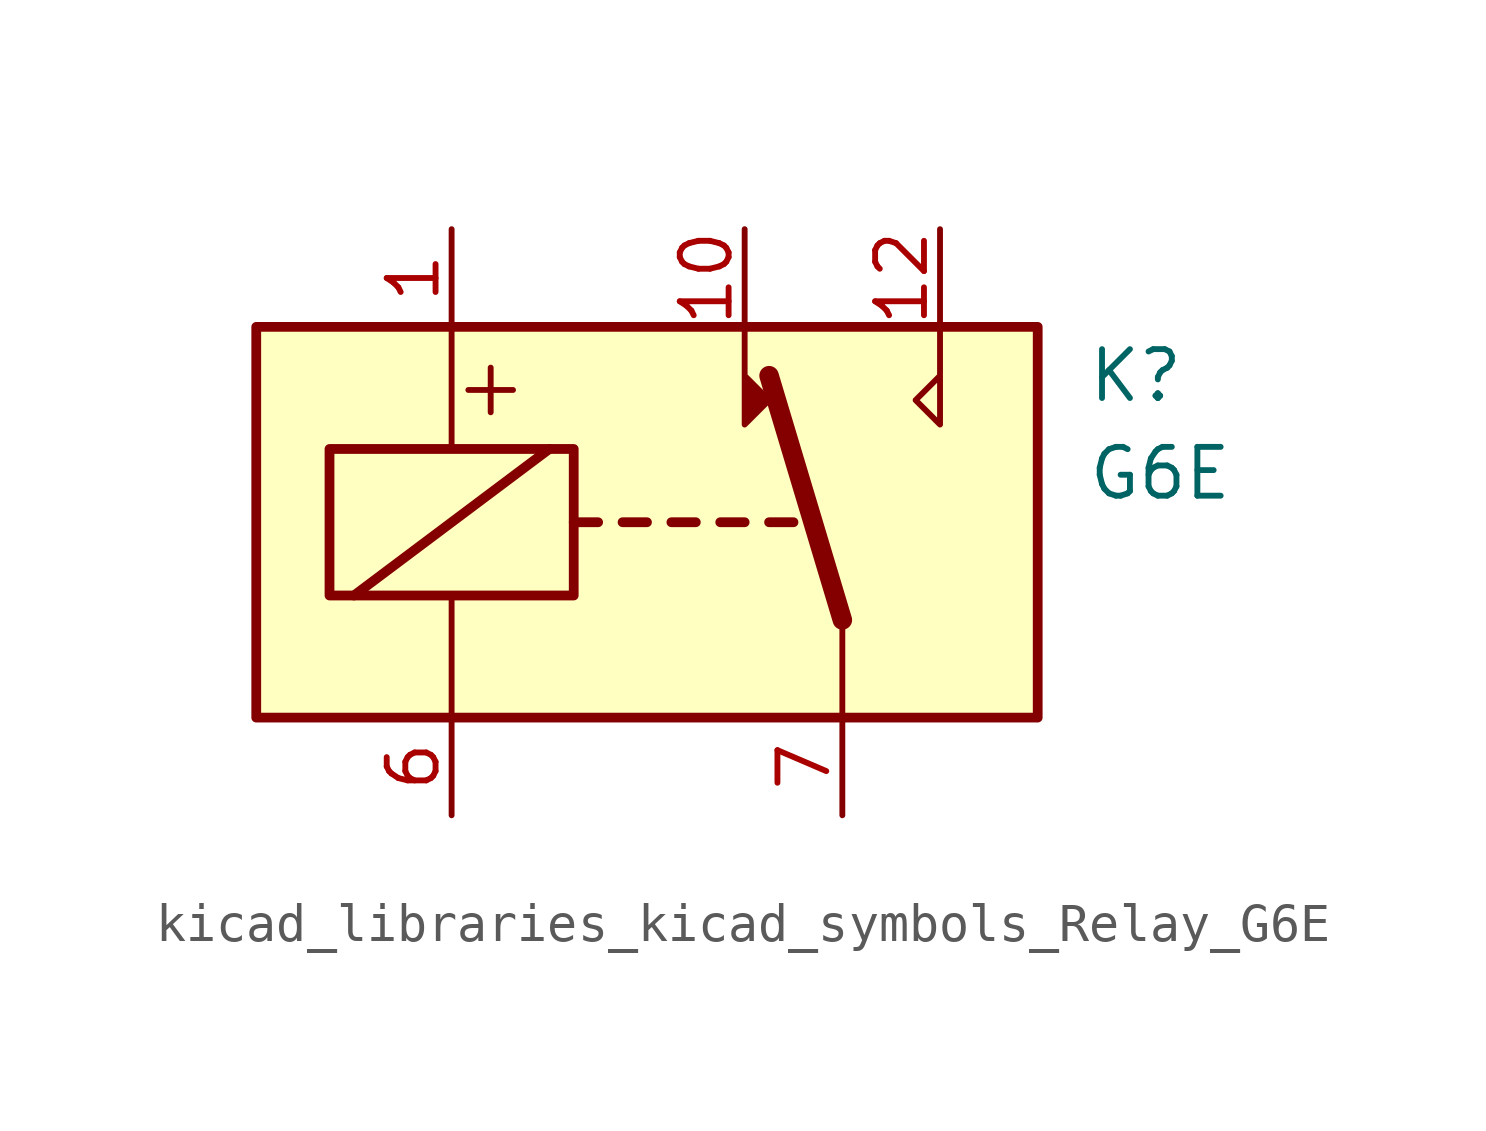
<source format=kicad_sym>
(kicad_symbol_lib
  (version 20220914)
  (generator kicad_symbol_editor)
  (symbol "kicad_libraries_kicad_symbols_Relay_G6E"
    (property "Reference" "K"
      (at 11.43 3.81 0)
      (effects (font (size 1.27 1.27)) (justify left)))
    (property "Value" "G6E"
      (at 11.43 1.27 0)
      (effects (font (size 1.27 1.27)) (justify left)))
    (symbol "kicad_libraries_kicad_symbols_Relay_G6E_0_0"
      (polyline (pts (xy 7.62 5.08) (xy 7.62 2.54) (xy 6.985 3.175) (xy 7.62 3.81)) (stroke (width 0) (type default)) (fill (type none)))
      (text "+" (at -4.064 3.556 0) (effects (font (size 1.524 1.524)))))
    (symbol "kicad_libraries_kicad_symbols_Relay_G6E_0_1"
      (rectangle (start -10.16 5.08) (end 10.16 -5.08) (stroke (width 0.254) (type default)) (fill (type background)))
      (rectangle (start -8.255 1.905) (end -1.905 -1.905) (stroke (width 0.254) (type default)) (fill (type none)))
      (polyline (pts (xy -7.62 -1.905) (xy -2.54 1.905)) (stroke (width 0.254) (type default)) (fill (type none)))
      (polyline (pts (xy -5.08 -5.08) (xy -5.08 -1.905)) (stroke (width 0) (type default)) (fill (type none)))
      (polyline (pts (xy -5.08 5.08) (xy -5.08 1.905)) (stroke (width 0) (type default)) (fill (type none)))
      (polyline (pts (xy -1.905 0) (xy -1.27 0)) (stroke (width 0.254) (type default)) (fill (type none)))
      (polyline (pts (xy -0.635 0) (xy 0 0)) (stroke (width 0.254) (type default)) (fill (type none)))
      (polyline (pts (xy 0.635 0) (xy 1.27 0)) (stroke (width 0.254) (type default)) (fill (type none)))
      (polyline (pts (xy 1.905 0) (xy 2.54 0)) (stroke (width 0.254) (type default)) (fill (type none)))
      (polyline (pts (xy 3.175 0) (xy 3.81 0)) (stroke (width 0.254) (type default)) (fill (type none)))
      (polyline (pts (xy 5.08 -2.54) (xy 3.175 3.81)) (stroke (width 0.508) (type default)) (fill (type none)))
      (polyline (pts (xy 5.08 -2.54) (xy 5.08 -5.08)) (stroke (width 0) (type default)) (fill (type none)))
      (polyline (pts (xy 2.54 5.08) (xy 2.54 2.54) (xy 3.175 3.175) (xy 2.54 3.81)) (stroke (width 0) (type default)) (fill (type outline))))
    (symbol "kicad_libraries_kicad_symbols_Relay_G6E_1_1"
      (pin passive line (at -5.08 7.62 270) (length 2.54) (name "~" (effects (font (size 1.27 1.27)))) (number "1" (effects (font (size 1.27 1.27)))))
      (pin passive line (at 2.54 7.62 270) (length 2.54) (name "~" (effects (font (size 1.27 1.27)))) (number "10" (effects (font (size 1.27 1.27)))))
      (pin passive line (at 7.62 7.62 270) (length 2.54) (name "~" (effects (font (size 1.27 1.27)))) (number "12" (effects (font (size 1.27 1.27)))))
      (pin passive line (at -5.08 -7.62 90) (length 2.54) (name "~" (effects (font (size 1.27 1.27)))) (number "6" (effects (font (size 1.27 1.27)))))
      (pin passive line (at 5.08 -7.62 90) (length 2.54) (name "~" (effects (font (size 1.27 1.27)))) (number "7" (effects (font (size 1.27 1.27))))))))
</source>
